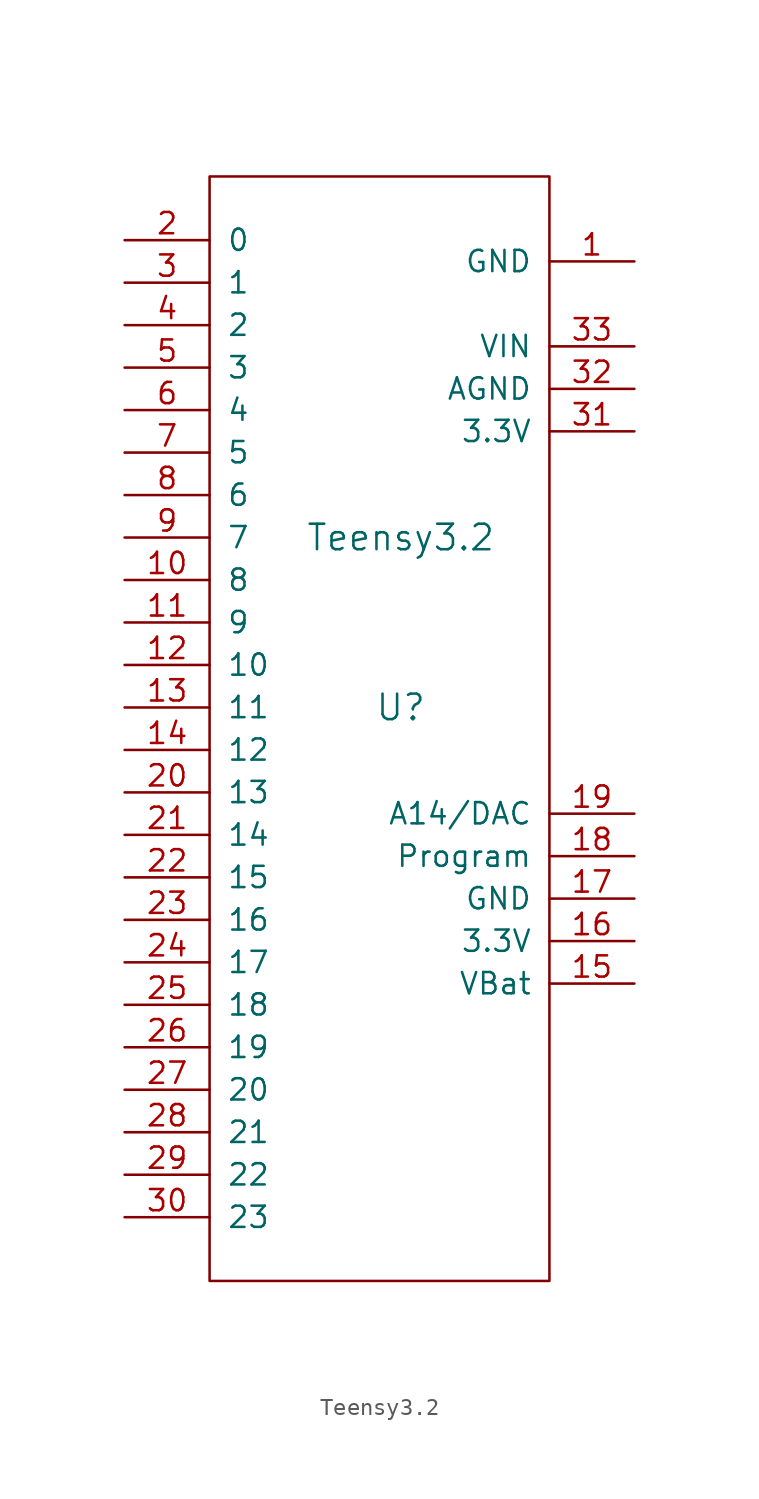
<source format=kicad_sym>
(kicad_symbol_lib
  (version 20220914)
  (generator kicad_symbol_editor)
  (symbol "Teensy3.2"
    (pin_names
      (offset 1.016))
    (property "Reference" "U"
      (at 1.27 1.27 0)
      (effects (font (size 1.524 1.524))))
    (property "Value" "Teensy3.2"
      (at 1.27 11.43 0)
      (effects (font (size 1.524 1.524))))
    (property "Footprint" ""
      (at 1.27 8.89 0)
      (effects (font (size 1.524 1.524))))
    (property "Datasheet" ""
      (at 1.27 8.89 0)
      (effects (font (size 1.524 1.524))))
    (symbol "Teensy3.2_0_1"
      (rectangle (start -10.16 33.02) (end 10.16 -33.02) (stroke (width 0) (type solid)) (fill (type none))))
    (symbol "Teensy3.2_1_1"
      (pin input line (at 15.24 27.94 180) (length 5.08) (name "GND" (effects (font (size 1.27 1.27)))) (number "1" (effects (font (size 1.27 1.27)))))
      (pin input line (at -15.24 8.89 0) (length 5.08) (name "8" (effects (font (size 1.27 1.27)))) (number "10" (effects (font (size 1.27 1.27)))))
      (pin input line (at -15.24 6.35 0) (length 5.08) (name "9" (effects (font (size 1.27 1.27)))) (number "11" (effects (font (size 1.27 1.27)))))
      (pin input line (at -15.24 3.81 0) (length 5.08) (name "10" (effects (font (size 1.27 1.27)))) (number "12" (effects (font (size 1.27 1.27)))))
      (pin input line (at -15.24 1.27 0) (length 5.08) (name "11" (effects (font (size 1.27 1.27)))) (number "13" (effects (font (size 1.27 1.27)))))
      (pin input line (at -15.24 -1.27 0) (length 5.08) (name "12" (effects (font (size 1.27 1.27)))) (number "14" (effects (font (size 1.27 1.27)))))
      (pin input line (at 15.24 -15.24 180) (length 5.08) (name "VBat" (effects (font (size 1.27 1.27)))) (number "15" (effects (font (size 1.27 1.27)))))
      (pin input line (at 15.24 -12.7 180) (length 5.08) (name "3.3V" (effects (font (size 1.27 1.27)))) (number "16" (effects (font (size 1.27 1.27)))))
      (pin input line (at 15.24 -10.16 180) (length 5.08) (name "GND" (effects (font (size 1.27 1.27)))) (number "17" (effects (font (size 1.27 1.27)))))
      (pin input line (at 15.24 -7.62 180) (length 5.08) (name "Program" (effects (font (size 1.27 1.27)))) (number "18" (effects (font (size 1.27 1.27)))))
      (pin input line (at 15.24 -5.08 180) (length 5.08) (name "A14/DAC" (effects (font (size 1.27 1.27)))) (number "19" (effects (font (size 1.27 1.27)))))
      (pin input line (at -15.24 29.21 0) (length 5.08) (name "0" (effects (font (size 1.27 1.27)))) (number "2" (effects (font (size 1.27 1.27)))))
      (pin input line (at -15.24 -3.81 0) (length 5.08) (name "13" (effects (font (size 1.27 1.27)))) (number "20" (effects (font (size 1.27 1.27)))))
      (pin input line (at -15.24 -6.35 0) (length 5.08) (name "14" (effects (font (size 1.27 1.27)))) (number "21" (effects (font (size 1.27 1.27)))))
      (pin input line (at -15.24 -8.89 0) (length 5.08) (name "15" (effects (font (size 1.27 1.27)))) (number "22" (effects (font (size 1.27 1.27)))))
      (pin input line (at -15.24 -11.43 0) (length 5.08) (name "16" (effects (font (size 1.27 1.27)))) (number "23" (effects (font (size 1.27 1.27)))))
      (pin input line (at -15.24 -13.97 0) (length 5.08) (name "17" (effects (font (size 1.27 1.27)))) (number "24" (effects (font (size 1.27 1.27)))))
      (pin input line (at -15.24 -16.51 0) (length 5.08) (name "18" (effects (font (size 1.27 1.27)))) (number "25" (effects (font (size 1.27 1.27)))))
      (pin input line (at -15.24 -19.05 0) (length 5.08) (name "19" (effects (font (size 1.27 1.27)))) (number "26" (effects (font (size 1.27 1.27)))))
      (pin input line (at -15.24 -21.59 0) (length 5.08) (name "20" (effects (font (size 1.27 1.27)))) (number "27" (effects (font (size 1.27 1.27)))))
      (pin input line (at -15.24 -24.13 0) (length 5.08) (name "21" (effects (font (size 1.27 1.27)))) (number "28" (effects (font (size 1.27 1.27)))))
      (pin input line (at -15.24 -26.67 0) (length 5.08) (name "22" (effects (font (size 1.27 1.27)))) (number "29" (effects (font (size 1.27 1.27)))))
      (pin input line (at -15.24 26.67 0) (length 5.08) (name "1" (effects (font (size 1.27 1.27)))) (number "3" (effects (font (size 1.27 1.27)))))
      (pin input line (at -15.24 -29.21 0) (length 5.08) (name "23" (effects (font (size 1.27 1.27)))) (number "30" (effects (font (size 1.27 1.27)))))
      (pin input line (at 15.24 17.78 180) (length 5.08) (name "3.3V" (effects (font (size 1.27 1.27)))) (number "31" (effects (font (size 1.27 1.27)))))
      (pin input line (at 15.24 20.32 180) (length 5.08) (name "AGND" (effects (font (size 1.27 1.27)))) (number "32" (effects (font (size 1.27 1.27)))))
      (pin input line (at 15.24 22.86 180) (length 5.08) (name "VIN" (effects (font (size 1.27 1.27)))) (number "33" (effects (font (size 1.27 1.27)))))
      (pin input line (at -15.24 24.13 0) (length 5.08) (name "2" (effects (font (size 1.27 1.27)))) (number "4" (effects (font (size 1.27 1.27)))))
      (pin input line (at -15.24 21.59 0) (length 5.08) (name "3" (effects (font (size 1.27 1.27)))) (number "5" (effects (font (size 1.27 1.27)))))
      (pin input line (at -15.24 19.05 0) (length 5.08) (name "4" (effects (font (size 1.27 1.27)))) (number "6" (effects (font (size 1.27 1.27)))))
      (pin input line (at -15.24 16.51 0) (length 5.08) (name "5" (effects (font (size 1.27 1.27)))) (number "7" (effects (font (size 1.27 1.27)))))
      (pin input line (at -15.24 13.97 0) (length 5.08) (name "6" (effects (font (size 1.27 1.27)))) (number "8" (effects (font (size 1.27 1.27)))))
      (pin input line (at -15.24 11.43 0) (length 5.08) (name "7" (effects (font (size 1.27 1.27)))) (number "9" (effects (font (size 1.27 1.27))))))))
</source>
